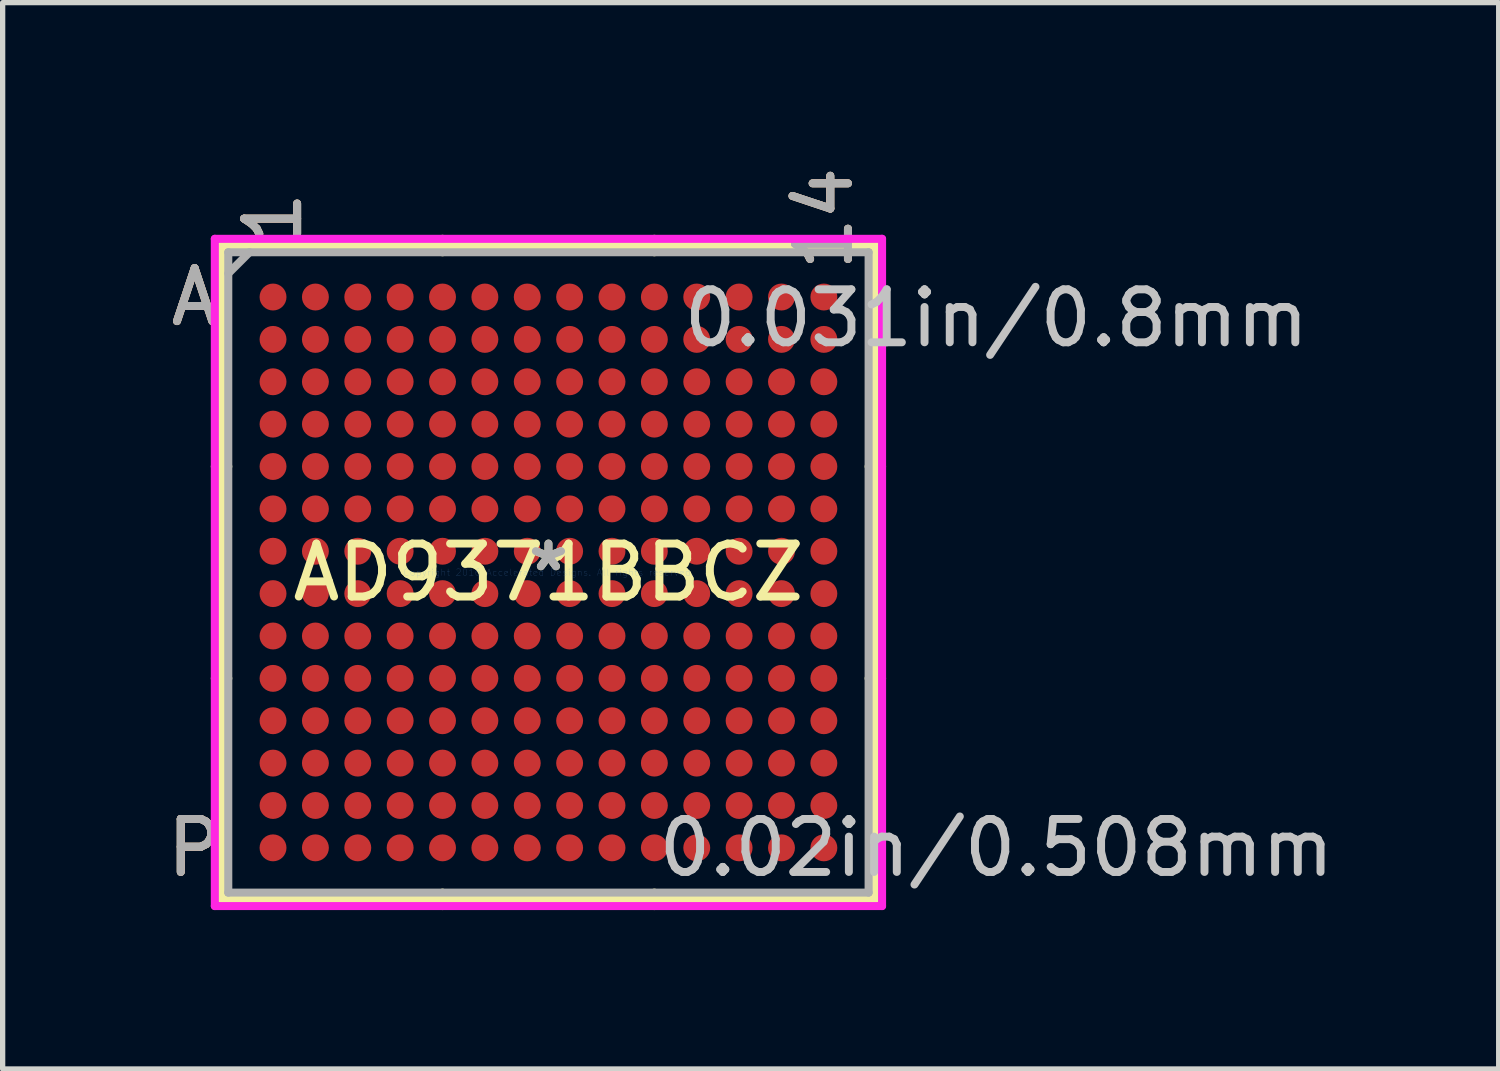
<source format=kicad_pcb>
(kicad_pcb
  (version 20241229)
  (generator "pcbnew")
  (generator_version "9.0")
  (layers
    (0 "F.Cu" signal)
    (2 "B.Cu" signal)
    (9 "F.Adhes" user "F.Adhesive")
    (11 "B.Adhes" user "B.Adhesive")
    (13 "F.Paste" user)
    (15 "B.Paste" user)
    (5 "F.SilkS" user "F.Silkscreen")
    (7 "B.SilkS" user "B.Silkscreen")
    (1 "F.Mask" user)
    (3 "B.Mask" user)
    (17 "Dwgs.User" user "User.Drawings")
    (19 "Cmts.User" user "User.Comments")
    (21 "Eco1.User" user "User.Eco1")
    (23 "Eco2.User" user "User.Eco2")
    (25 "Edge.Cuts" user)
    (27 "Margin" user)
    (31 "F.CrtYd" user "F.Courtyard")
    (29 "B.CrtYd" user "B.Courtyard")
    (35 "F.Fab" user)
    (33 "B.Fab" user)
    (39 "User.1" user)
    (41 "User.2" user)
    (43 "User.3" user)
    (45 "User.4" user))
  (footprint "AD9371BBCZ"
    (layer "F.Cu")
    (at 7.305 7.758)
    (property "Reference" "AD9371BBCZ" (at 0 0 0) (layer "F.SilkS") (effects (font (size 1 1) (thickness 0.15))))
    (attr through_hole)
    (fp_line (start -6.172 -6.172) (end -6.172 6.172) (stroke (width 0.152) (type solid)) (layer "F.SilkS"))
    (fp_line (start -6.172 6.172) (end 6.172 6.172) (stroke (width 0.152) (type solid)) (layer "F.SilkS"))
    (fp_line (start -6.045 -2) (end -6.299 -2) (stroke (width 0.152) (type solid)) (layer "F.SilkS"))
    (fp_line (start -6.045 2) (end -6.299 2) (stroke (width 0.152) (type solid)) (layer "F.SilkS"))
    (fp_line (start -2 -6.045) (end -2 -6.299) (stroke (width 0.152) (type solid)) (layer "F.SilkS"))
    (fp_line (start -2 6.045) (end -2 6.299) (stroke (width 0.152) (type solid)) (layer "F.SilkS"))
    (fp_line (start 2 -6.045) (end 2 -6.299) (stroke (width 0.152) (type solid)) (layer "F.SilkS"))
    (fp_line (start 2 6.045) (end 2 6.299) (stroke (width 0.152) (type solid)) (layer "F.SilkS"))
    (fp_line (start 6.045 -2) (end 6.299 -2) (stroke (width 0.152) (type solid)) (layer "F.SilkS"))
    (fp_line (start 6.045 2) (end 6.299 2) (stroke (width 0.152) (type solid)) (layer "F.SilkS"))
    (fp_line (start 6.172 -6.172) (end -6.172 -6.172) (stroke (width 0.152) (type solid)) (layer "F.SilkS"))
    (fp_line (start 6.172 6.172) (end 6.172 -6.172) (stroke (width 0.152) (type solid)) (layer "F.SilkS"))
    (fp_line (start -6.299 -6.299) (end 6.299 -6.299) (stroke (width 0.152) (type solid)) (layer "F.CrtYd"))
    (fp_line (start -6.299 6.299) (end -6.299 -6.299) (stroke (width 0.152) (type solid)) (layer "F.CrtYd"))
    (fp_line (start 6.299 -6.299) (end 6.299 6.299) (stroke (width 0.152) (type solid)) (layer "F.CrtYd"))
    (fp_line (start 6.299 6.299) (end -6.299 6.299) (stroke (width 0.152) (type solid)) (layer "F.CrtYd"))
    (fp_line (start -6.045 -6.045) (end -6.045 6.045) (stroke (width 0.152) (type solid)) (layer "F.Fab"))
    (fp_line (start -6.045 6.045) (end 6.045 6.045) (stroke (width 0.152) (type solid)) (layer "F.Fab"))
    (fp_line (start -5.645 -6.045) (end -6.045 -5.645) (stroke (width 0.152) (type solid)) (layer "F.Fab"))
    (fp_line (start 6.045 -6.045) (end -6.045 -6.045) (stroke (width 0.152) (type solid)) (layer "F.Fab"))
    (fp_line (start 6.045 6.045) (end 6.045 -6.045) (stroke (width 0.152) (type solid)) (layer "F.Fab"))
    (fp_text user "*" (at 0 0 0) (layer "F.SilkS") (effects (font (size 1 1) (thickness 0.15))))
    (fp_text user "1" (at -5.2 -6.68 90) (layer "F.SilkS") (effects (font (size 1 1) (thickness 0.15))))
    (fp_text user "P" (at -6.68 5.2 0) (layer "F.SilkS") (effects (font (size 1 1) (thickness 0.15))))
    (fp_text user "A" (at -6.68 -5.2 0) (layer "F.SilkS") (effects (font (size 1 1) (thickness 0.15))))
    (fp_text user "14" (at 5.2 -6.68 90) (layer "F.SilkS") (effects (font (size 1 1) (thickness 0.15))))
    (fp_text user "14" (at 5.2 -6.68 90) (layer "B.SilkS") (effects (font (size 1 1) (thickness 0.15))))
    (fp_text user "P" (at -6.68 5.2 0) (layer "B.SilkS") (effects (font (size 1 1) (thickness 0.15))))
    (fp_text user "1" (at -5.2 -6.68 90) (layer "B.SilkS") (effects (font (size 1 1) (thickness 0.15))))
    (fp_text user "A" (at -6.68 -5.2 0) (layer "B.SilkS") (effects (font (size 1 1) (thickness 0.15))))
    (fp_text user "0.031in/0.8mm" (at 8.458 -4.8 0) (layer "Dwgs.User") (effects (font (size 1 1) (thickness 0.15))))
    (fp_text user "0.02in/0.508mm" (at 8.458 5.2 0) (layer "Dwgs.User") (effects (font (size 1 1) (thickness 0.15))))
    (fp_text user "Copyright 2016 Accelerated Designs. All rights reserved." (at 0 0 0) (layer "Cmts.User") (effects (font (size 0.127 0.127) (thickness 0.002))))
    (fp_text user "A" (at -6.68 -5.2 0) (layer "F.Fab") (effects (font (size 1 1) (thickness 0.15))))
    (fp_text user "P" (at -6.68 5.2 0) (layer "F.Fab") (effects (font (size 1 1) (thickness 0.15))))
    (fp_text user "14" (at 5.2 -6.68 90) (layer "F.Fab") (effects (font (size 1 1) (thickness 0.15))))
    (fp_text user "*" (at 0 0 0) (layer "F.Fab") (effects (font (size 1 1) (thickness 0.15))))
    (fp_text user "1" (at -5.2 -6.68 90) (layer "F.Fab") (effects (font (size 1 1) (thickness 0.15))))
    (pad "A1" smd circle (at -5.2 -5.2) (size 0.508 0.508) (layers "F.Cu" "F.Mask" "F.Paste"))
    (pad "A2" smd circle (at -4.4 -5.2) (size 0.508 0.508) (layers "F.Cu" "F.Mask" "F.Paste"))
    (pad "A3" smd circle (at -3.6 -5.2) (size 0.508 0.508) (layers "F.Cu" "F.Mask" "F.Paste"))
    (pad "A4" smd circle (at -2.8 -5.2) (size 0.508 0.508) (layers "F.Cu" "F.Mask" "F.Paste"))
    (pad "A5" smd circle (at -2 -5.2) (size 0.508 0.508) (layers "F.Cu" "F.Mask" "F.Paste"))
    (pad "A6" smd circle (at -1.2 -5.2) (size 0.508 0.508) (layers "F.Cu" "F.Mask" "F.Paste"))
    (pad "A7" smd circle (at -0.4 -5.2) (size 0.508 0.508) (layers "F.Cu" "F.Mask" "F.Paste"))
    (pad "A8" smd circle (at 0.4 -5.2) (size 0.508 0.508) (layers "F.Cu" "F.Mask" "F.Paste"))
    (pad "A9" smd circle (at 1.2 -5.2) (size 0.508 0.508) (layers "F.Cu" "F.Mask" "F.Paste"))
    (pad "A10" smd circle (at 2 -5.2) (size 0.508 0.508) (layers "F.Cu" "F.Mask" "F.Paste"))
    (pad "A11" smd circle (at 2.8 -5.2) (size 0.508 0.508) (layers "F.Cu" "F.Mask" "F.Paste"))
    (pad "A12" smd circle (at 3.6 -5.2) (size 0.508 0.508) (layers "F.Cu" "F.Mask" "F.Paste"))
    (pad "A13" smd circle (at 4.4 -5.2) (size 0.508 0.508) (layers "F.Cu" "F.Mask" "F.Paste"))
    (pad "A14" smd circle (at 5.2 -5.2) (size 0.508 0.508) (layers "F.Cu" "F.Mask" "F.Paste"))
    (pad "B1" smd circle (at -5.2 -4.4) (size 0.508 0.508) (layers "F.Cu" "F.Mask" "F.Paste"))
    (pad "B2" smd circle (at -4.4 -4.4) (size 0.508 0.508) (layers "F.Cu" "F.Mask" "F.Paste"))
    (pad "B3" smd circle (at -3.6 -4.4) (size 0.508 0.508) (layers "F.Cu" "F.Mask" "F.Paste"))
    (pad "B4" smd circle (at -2.8 -4.4) (size 0.508 0.508) (layers "F.Cu" "F.Mask" "F.Paste"))
    (pad "B5" smd circle (at -2 -4.4) (size 0.508 0.508) (layers "F.Cu" "F.Mask" "F.Paste"))
    (pad "B6" smd circle (at -1.2 -4.4) (size 0.508 0.508) (layers "F.Cu" "F.Mask" "F.Paste"))
    (pad "B7" smd circle (at -0.4 -4.4) (size 0.508 0.508) (layers "F.Cu" "F.Mask" "F.Paste"))
    (pad "B8" smd circle (at 0.4 -4.4) (size 0.508 0.508) (layers "F.Cu" "F.Mask" "F.Paste"))
    (pad "B9" smd circle (at 1.2 -4.4) (size 0.508 0.508) (layers "F.Cu" "F.Mask" "F.Paste"))
    (pad "B10" smd circle (at 2 -4.4) (size 0.508 0.508) (layers "F.Cu" "F.Mask" "F.Paste"))
    (pad "B11" smd circle (at 2.8 -4.4) (size 0.508 0.508) (layers "F.Cu" "F.Mask" "F.Paste"))
    (pad "B12" smd circle (at 3.6 -4.4) (size 0.508 0.508) (layers "F.Cu" "F.Mask" "F.Paste"))
    (pad "B13" smd circle (at 4.4 -4.4) (size 0.508 0.508) (layers "F.Cu" "F.Mask" "F.Paste"))
    (pad "B14" smd circle (at 5.2 -4.4) (size 0.508 0.508) (layers "F.Cu" "F.Mask" "F.Paste"))
    (pad "C1" smd circle (at -5.2 -3.6) (size 0.508 0.508) (layers "F.Cu" "F.Mask" "F.Paste"))
    (pad "C2" smd circle (at -4.4 -3.6) (size 0.508 0.508) (layers "F.Cu" "F.Mask" "F.Paste"))
    (pad "C3" smd circle (at -3.6 -3.6) (size 0.508 0.508) (layers "F.Cu" "F.Mask" "F.Paste"))
    (pad "C4" smd circle (at -2.8 -3.6) (size 0.508 0.508) (layers "F.Cu" "F.Mask" "F.Paste"))
    (pad "C5" smd circle (at -2 -3.6) (size 0.508 0.508) (layers "F.Cu" "F.Mask" "F.Paste"))
    (pad "C6" smd circle (at -1.2 -3.6) (size 0.508 0.508) (layers "F.Cu" "F.Mask" "F.Paste"))
    (pad "C7" smd circle (at -0.4 -3.6) (size 0.508 0.508) (layers "F.Cu" "F.Mask" "F.Paste"))
    (pad "C8" smd circle (at 0.4 -3.6) (size 0.508 0.508) (layers "F.Cu" "F.Mask" "F.Paste"))
    (pad "C9" smd circle (at 1.2 -3.6) (size 0.508 0.508) (layers "F.Cu" "F.Mask" "F.Paste"))
    (pad "C10" smd circle (at 2 -3.6) (size 0.508 0.508) (layers "F.Cu" "F.Mask" "F.Paste"))
    (pad "C11" smd circle (at 2.8 -3.6) (size 0.508 0.508) (layers "F.Cu" "F.Mask" "F.Paste"))
    (pad "C12" smd circle (at 3.6 -3.6) (size 0.508 0.508) (layers "F.Cu" "F.Mask" "F.Paste"))
    (pad "C13" smd circle (at 4.4 -3.6) (size 0.508 0.508) (layers "F.Cu" "F.Mask" "F.Paste"))
    (pad "C14" smd circle (at 5.2 -3.6) (size 0.508 0.508) (layers "F.Cu" "F.Mask" "F.Paste"))
    (pad "D1" smd circle (at -5.2 -2.8) (size 0.508 0.508) (layers "F.Cu" "F.Mask" "F.Paste"))
    (pad "D2" smd circle (at -4.4 -2.8) (size 0.508 0.508) (layers "F.Cu" "F.Mask" "F.Paste"))
    (pad "D3" smd circle (at -3.6 -2.8) (size 0.508 0.508) (layers "F.Cu" "F.Mask" "F.Paste"))
    (pad "D4" smd circle (at -2.8 -2.8) (size 0.508 0.508) (layers "F.Cu" "F.Mask" "F.Paste"))
    (pad "D5" smd circle (at -2 -2.8) (size 0.508 0.508) (layers "F.Cu" "F.Mask" "F.Paste"))
    (pad "D6" smd circle (at -1.2 -2.8) (size 0.508 0.508) (layers "F.Cu" "F.Mask" "F.Paste"))
    (pad "D7" smd circle (at -0.4 -2.8) (size 0.508 0.508) (layers "F.Cu" "F.Mask" "F.Paste"))
    (pad "D8" smd circle (at 0.4 -2.8) (size 0.508 0.508) (layers "F.Cu" "F.Mask" "F.Paste"))
    (pad "D9" smd circle (at 1.2 -2.8) (size 0.508 0.508) (layers "F.Cu" "F.Mask" "F.Paste"))
    (pad "D10" smd circle (at 2 -2.8) (size 0.508 0.508) (layers "F.Cu" "F.Mask" "F.Paste"))
    (pad "D11" smd circle (at 2.8 -2.8) (size 0.508 0.508) (layers "F.Cu" "F.Mask" "F.Paste"))
    (pad "D12" smd circle (at 3.6 -2.8) (size 0.508 0.508) (layers "F.Cu" "F.Mask" "F.Paste"))
    (pad "D13" smd circle (at 4.4 -2.8) (size 0.508 0.508) (layers "F.Cu" "F.Mask" "F.Paste"))
    (pad "D14" smd circle (at 5.2 -2.8) (size 0.508 0.508) (layers "F.Cu" "F.Mask" "F.Paste"))
    (pad "E1" smd circle (at -5.2 -2) (size 0.508 0.508) (layers "F.Cu" "F.Mask" "F.Paste"))
    (pad "E2" smd circle (at -4.4 -2) (size 0.508 0.508) (layers "F.Cu" "F.Mask" "F.Paste"))
    (pad "E3" smd circle (at -3.6 -2) (size 0.508 0.508) (layers "F.Cu" "F.Mask" "F.Paste"))
    (pad "E4" smd circle (at -2.8 -2) (size 0.508 0.508) (layers "F.Cu" "F.Mask" "F.Paste"))
    (pad "E5" smd circle (at -2 -2) (size 0.508 0.508) (layers "F.Cu" "F.Mask" "F.Paste"))
    (pad "E6" smd circle (at -1.2 -2) (size 0.508 0.508) (layers "F.Cu" "F.Mask" "F.Paste"))
    (pad "E7" smd circle (at -0.4 -2) (size 0.508 0.508) (layers "F.Cu" "F.Mask" "F.Paste"))
    (pad "E8" smd circle (at 0.4 -2) (size 0.508 0.508) (layers "F.Cu" "F.Mask" "F.Paste"))
    (pad "E9" smd circle (at 1.2 -2) (size 0.508 0.508) (layers "F.Cu" "F.Mask" "F.Paste"))
    (pad "E10" smd circle (at 2 -2) (size 0.508 0.508) (layers "F.Cu" "F.Mask" "F.Paste"))
    (pad "E11" smd circle (at 2.8 -2) (size 0.508 0.508) (layers "F.Cu" "F.Mask" "F.Paste"))
    (pad "E12" smd circle (at 3.6 -2) (size 0.508 0.508) (layers "F.Cu" "F.Mask" "F.Paste"))
    (pad "E13" smd circle (at 4.4 -2) (size 0.508 0.508) (layers "F.Cu" "F.Mask" "F.Paste"))
    (pad "E14" smd circle (at 5.2 -2) (size 0.508 0.508) (layers "F.Cu" "F.Mask" "F.Paste"))
    (pad "F1" smd circle (at -5.2 -1.2) (size 0.508 0.508) (layers "F.Cu" "F.Mask" "F.Paste"))
    (pad "F2" smd circle (at -4.4 -1.2) (size 0.508 0.508) (layers "F.Cu" "F.Mask" "F.Paste"))
    (pad "F3" smd circle (at -3.6 -1.2) (size 0.508 0.508) (layers "F.Cu" "F.Mask" "F.Paste"))
    (pad "F4" smd circle (at -2.8 -1.2) (size 0.508 0.508) (layers "F.Cu" "F.Mask" "F.Paste"))
    (pad "F5" smd circle (at -2 -1.2) (size 0.508 0.508) (layers "F.Cu" "F.Mask" "F.Paste"))
    (pad "F6" smd circle (at -1.2 -1.2) (size 0.508 0.508) (layers "F.Cu" "F.Mask" "F.Paste"))
    (pad "F7" smd circle (at -0.4 -1.2) (size 0.508 0.508) (layers "F.Cu" "F.Mask" "F.Paste"))
    (pad "F8" smd circle (at 0.4 -1.2) (size 0.508 0.508) (layers "F.Cu" "F.Mask" "F.Paste"))
    (pad "F9" smd circle (at 1.2 -1.2) (size 0.508 0.508) (layers "F.Cu" "F.Mask" "F.Paste"))
    (pad "F10" smd circle (at 2 -1.2) (size 0.508 0.508) (layers "F.Cu" "F.Mask" "F.Paste"))
    (pad "F11" smd circle (at 2.8 -1.2) (size 0.508 0.508) (layers "F.Cu" "F.Mask" "F.Paste"))
    (pad "F12" smd circle (at 3.6 -1.2) (size 0.508 0.508) (layers "F.Cu" "F.Mask" "F.Paste"))
    (pad "F13" smd circle (at 4.4 -1.2) (size 0.508 0.508) (layers "F.Cu" "F.Mask" "F.Paste"))
    (pad "F14" smd circle (at 5.2 -1.2) (size 0.508 0.508) (layers "F.Cu" "F.Mask" "F.Paste"))
    (pad "G1" smd circle (at -5.2 -0.4) (size 0.508 0.508) (layers "F.Cu" "F.Mask" "F.Paste"))
    (pad "G2" smd circle (at -4.4 -0.4) (size 0.508 0.508) (layers "F.Cu" "F.Mask" "F.Paste"))
    (pad "G3" smd circle (at -3.6 -0.4) (size 0.508 0.508) (layers "F.Cu" "F.Mask" "F.Paste"))
    (pad "G4" smd circle (at -2.8 -0.4) (size 0.508 0.508) (layers "F.Cu" "F.Mask" "F.Paste"))
    (pad "G5" smd circle (at -2 -0.4) (size 0.508 0.508) (layers "F.Cu" "F.Mask" "F.Paste"))
    (pad "G6" smd circle (at -1.2 -0.4) (size 0.508 0.508) (layers "F.Cu" "F.Mask" "F.Paste"))
    (pad "G7" smd circle (at -0.4 -0.4) (size 0.508 0.508) (layers "F.Cu" "F.Mask" "F.Paste"))
    (pad "G8" smd circle (at 0.4 -0.4) (size 0.508 0.508) (layers "F.Cu" "F.Mask" "F.Paste"))
    (pad "G9" smd circle (at 1.2 -0.4) (size 0.508 0.508) (layers "F.Cu" "F.Mask" "F.Paste"))
    (pad "G10" smd circle (at 2 -0.4) (size 0.508 0.508) (layers "F.Cu" "F.Mask" "F.Paste"))
    (pad "G11" smd circle (at 2.8 -0.4) (size 0.508 0.508) (layers "F.Cu" "F.Mask" "F.Paste"))
    (pad "G12" smd circle (at 3.6 -0.4) (size 0.508 0.508) (layers "F.Cu" "F.Mask" "F.Paste"))
    (pad "G13" smd circle (at 4.4 -0.4) (size 0.508 0.508) (layers "F.Cu" "F.Mask" "F.Paste"))
    (pad "G14" smd circle (at 5.2 -0.4) (size 0.508 0.508) (layers "F.Cu" "F.Mask" "F.Paste"))
    (pad "H1" smd circle (at -5.2 0.4) (size 0.508 0.508) (layers "F.Cu" "F.Mask" "F.Paste"))
    (pad "H2" smd circle (at -4.4 0.4) (size 0.508 0.508) (layers "F.Cu" "F.Mask" "F.Paste"))
    (pad "H3" smd circle (at -3.6 0.4) (size 0.508 0.508) (layers "F.Cu" "F.Mask" "F.Paste"))
    (pad "H4" smd circle (at -2.8 0.4) (size 0.508 0.508) (layers "F.Cu" "F.Mask" "F.Paste"))
    (pad "H5" smd circle (at -2 0.4) (size 0.508 0.508) (layers "F.Cu" "F.Mask" "F.Paste"))
    (pad "H6" smd circle (at -1.2 0.4) (size 0.508 0.508) (layers "F.Cu" "F.Mask" "F.Paste"))
    (pad "H7" smd circle (at -0.4 0.4) (size 0.508 0.508) (layers "F.Cu" "F.Mask" "F.Paste"))
    (pad "H8" smd circle (at 0.4 0.4) (size 0.508 0.508) (layers "F.Cu" "F.Mask" "F.Paste"))
    (pad "H9" smd circle (at 1.2 0.4) (size 0.508 0.508) (layers "F.Cu" "F.Mask" "F.Paste"))
    (pad "H10" smd circle (at 2 0.4) (size 0.508 0.508) (layers "F.Cu" "F.Mask" "F.Paste"))
    (pad "H11" smd circle (at 2.8 0.4) (size 0.508 0.508) (layers "F.Cu" "F.Mask" "F.Paste"))
    (pad "H12" smd circle (at 3.6 0.4) (size 0.508 0.508) (layers "F.Cu" "F.Mask" "F.Paste"))
    (pad "H13" smd circle (at 4.4 0.4) (size 0.508 0.508) (layers "F.Cu" "F.Mask" "F.Paste"))
    (pad "H14" smd circle (at 5.2 0.4) (size 0.508 0.508) (layers "F.Cu" "F.Mask" "F.Paste"))
    (pad "J1" smd circle (at -5.2 1.2) (size 0.508 0.508) (layers "F.Cu" "F.Mask" "F.Paste"))
    (pad "J2" smd circle (at -4.4 1.2) (size 0.508 0.508) (layers "F.Cu" "F.Mask" "F.Paste"))
    (pad "J3" smd circle (at -3.6 1.2) (size 0.508 0.508) (layers "F.Cu" "F.Mask" "F.Paste"))
    (pad "J4" smd circle (at -2.8 1.2) (size 0.508 0.508) (layers "F.Cu" "F.Mask" "F.Paste"))
    (pad "J5" smd circle (at -2 1.2) (size 0.508 0.508) (layers "F.Cu" "F.Mask" "F.Paste"))
    (pad "J6" smd circle (at -1.2 1.2) (size 0.508 0.508) (layers "F.Cu" "F.Mask" "F.Paste"))
    (pad "J7" smd circle (at -0.4 1.2) (size 0.508 0.508) (layers "F.Cu" "F.Mask" "F.Paste"))
    (pad "J8" smd circle (at 0.4 1.2) (size 0.508 0.508) (layers "F.Cu" "F.Mask" "F.Paste"))
    (pad "J9" smd circle (at 1.2 1.2) (size 0.508 0.508) (layers "F.Cu" "F.Mask" "F.Paste"))
    (pad "J10" smd circle (at 2 1.2) (size 0.508 0.508) (layers "F.Cu" "F.Mask" "F.Paste"))
    (pad "J11" smd circle (at 2.8 1.2) (size 0.508 0.508) (layers "F.Cu" "F.Mask" "F.Paste"))
    (pad "J12" smd circle (at 3.6 1.2) (size 0.508 0.508) (layers "F.Cu" "F.Mask" "F.Paste"))
    (pad "J13" smd circle (at 4.4 1.2) (size 0.508 0.508) (layers "F.Cu" "F.Mask" "F.Paste"))
    (pad "J14" smd circle (at 5.2 1.2) (size 0.508 0.508) (layers "F.Cu" "F.Mask" "F.Paste"))
    (pad "K1" smd circle (at -5.2 2) (size 0.508 0.508) (layers "F.Cu" "F.Mask" "F.Paste"))
    (pad "K2" smd circle (at -4.4 2) (size 0.508 0.508) (layers "F.Cu" "F.Mask" "F.Paste"))
    (pad "K3" smd circle (at -3.6 2) (size 0.508 0.508) (layers "F.Cu" "F.Mask" "F.Paste"))
    (pad "K4" smd circle (at -2.8 2) (size 0.508 0.508) (layers "F.Cu" "F.Mask" "F.Paste"))
    (pad "K5" smd circle (at -2 2) (size 0.508 0.508) (layers "F.Cu" "F.Mask" "F.Paste"))
    (pad "K6" smd circle (at -1.2 2) (size 0.508 0.508) (layers "F.Cu" "F.Mask" "F.Paste"))
    (pad "K7" smd circle (at -0.4 2) (size 0.508 0.508) (layers "F.Cu" "F.Mask" "F.Paste"))
    (pad "K8" smd circle (at 0.4 2) (size 0.508 0.508) (layers "F.Cu" "F.Mask" "F.Paste"))
    (pad "K9" smd circle (at 1.2 2) (size 0.508 0.508) (layers "F.Cu" "F.Mask" "F.Paste"))
    (pad "K10" smd circle (at 2 2) (size 0.508 0.508) (layers "F.Cu" "F.Mask" "F.Paste"))
    (pad "K11" smd circle (at 2.8 2) (size 0.508 0.508) (layers "F.Cu" "F.Mask" "F.Paste"))
    (pad "K12" smd circle (at 3.6 2) (size 0.508 0.508) (layers "F.Cu" "F.Mask" "F.Paste"))
    (pad "K13" smd circle (at 4.4 2) (size 0.508 0.508) (layers "F.Cu" "F.Mask" "F.Paste"))
    (pad "K14" smd circle (at 5.2 2) (size 0.508 0.508) (layers "F.Cu" "F.Mask" "F.Paste"))
    (pad "L1" smd circle (at -5.2 2.8) (size 0.508 0.508) (layers "F.Cu" "F.Mask" "F.Paste"))
    (pad "L2" smd circle (at -4.4 2.8) (size 0.508 0.508) (layers "F.Cu" "F.Mask" "F.Paste"))
    (pad "L3" smd circle (at -3.6 2.8) (size 0.508 0.508) (layers "F.Cu" "F.Mask" "F.Paste"))
    (pad "L4" smd circle (at -2.8 2.8) (size 0.508 0.508) (layers "F.Cu" "F.Mask" "F.Paste"))
    (pad "L5" smd circle (at -2 2.8) (size 0.508 0.508) (layers "F.Cu" "F.Mask" "F.Paste"))
    (pad "L6" smd circle (at -1.2 2.8) (size 0.508 0.508) (layers "F.Cu" "F.Mask" "F.Paste"))
    (pad "L7" smd circle (at -0.4 2.8) (size 0.508 0.508) (layers "F.Cu" "F.Mask" "F.Paste"))
    (pad "L8" smd circle (at 0.4 2.8) (size 0.508 0.508) (layers "F.Cu" "F.Mask" "F.Paste"))
    (pad "L9" smd circle (at 1.2 2.8) (size 0.508 0.508) (layers "F.Cu" "F.Mask" "F.Paste"))
    (pad "L10" smd circle (at 2 2.8) (size 0.508 0.508) (layers "F.Cu" "F.Mask" "F.Paste"))
    (pad "L11" smd circle (at 2.8 2.8) (size 0.508 0.508) (layers "F.Cu" "F.Mask" "F.Paste"))
    (pad "L12" smd circle (at 3.6 2.8) (size 0.508 0.508) (layers "F.Cu" "F.Mask" "F.Paste"))
    (pad "L13" smd circle (at 4.4 2.8) (size 0.508 0.508) (layers "F.Cu" "F.Mask" "F.Paste"))
    (pad "L14" smd circle (at 5.2 2.8) (size 0.508 0.508) (layers "F.Cu" "F.Mask" "F.Paste"))
    (pad "M1" smd circle (at -5.2 3.6) (size 0.508 0.508) (layers "F.Cu" "F.Mask" "F.Paste"))
    (pad "M2" smd circle (at -4.4 3.6) (size 0.508 0.508) (layers "F.Cu" "F.Mask" "F.Paste"))
    (pad "M3" smd circle (at -3.6 3.6) (size 0.508 0.508) (layers "F.Cu" "F.Mask" "F.Paste"))
    (pad "M4" smd circle (at -2.8 3.6) (size 0.508 0.508) (layers "F.Cu" "F.Mask" "F.Paste"))
    (pad "M5" smd circle (at -2 3.6) (size 0.508 0.508) (layers "F.Cu" "F.Mask" "F.Paste"))
    (pad "M6" smd circle (at -1.2 3.6) (size 0.508 0.508) (layers "F.Cu" "F.Mask" "F.Paste"))
    (pad "M7" smd circle (at -0.4 3.6) (size 0.508 0.508) (layers "F.Cu" "F.Mask" "F.Paste"))
    (pad "M8" smd circle (at 0.4 3.6) (size 0.508 0.508) (layers "F.Cu" "F.Mask" "F.Paste"))
    (pad "M9" smd circle (at 1.2 3.6) (size 0.508 0.508) (layers "F.Cu" "F.Mask" "F.Paste"))
    (pad "M10" smd circle (at 2 3.6) (size 0.508 0.508) (layers "F.Cu" "F.Mask" "F.Paste"))
    (pad "M11" smd circle (at 2.8 3.6) (size 0.508 0.508) (layers "F.Cu" "F.Mask" "F.Paste"))
    (pad "M12" smd circle (at 3.6 3.6) (size 0.508 0.508) (layers "F.Cu" "F.Mask" "F.Paste"))
    (pad "M13" smd circle (at 4.4 3.6) (size 0.508 0.508) (layers "F.Cu" "F.Mask" "F.Paste"))
    (pad "M14" smd circle (at 5.2 3.6) (size 0.508 0.508) (layers "F.Cu" "F.Mask" "F.Paste"))
    (pad "N1" smd circle (at -5.2 4.4) (size 0.508 0.508) (layers "F.Cu" "F.Mask" "F.Paste"))
    (pad "N2" smd circle (at -4.4 4.4) (size 0.508 0.508) (layers "F.Cu" "F.Mask" "F.Paste"))
    (pad "N3" smd circle (at -3.6 4.4) (size 0.508 0.508) (layers "F.Cu" "F.Mask" "F.Paste"))
    (pad "N4" smd circle (at -2.8 4.4) (size 0.508 0.508) (layers "F.Cu" "F.Mask" "F.Paste"))
    (pad "N5" smd circle (at -2 4.4) (size 0.508 0.508) (layers "F.Cu" "F.Mask" "F.Paste"))
    (pad "N6" smd circle (at -1.2 4.4) (size 0.508 0.508) (layers "F.Cu" "F.Mask" "F.Paste"))
    (pad "N7" smd circle (at -0.4 4.4) (size 0.508 0.508) (layers "F.Cu" "F.Mask" "F.Paste"))
    (pad "N8" smd circle (at 0.4 4.4) (size 0.508 0.508) (layers "F.Cu" "F.Mask" "F.Paste"))
    (pad "N9" smd circle (at 1.2 4.4) (size 0.508 0.508) (layers "F.Cu" "F.Mask" "F.Paste"))
    (pad "N10" smd circle (at 2 4.4) (size 0.508 0.508) (layers "F.Cu" "F.Mask" "F.Paste"))
    (pad "N11" smd circle (at 2.8 4.4) (size 0.508 0.508) (layers "F.Cu" "F.Mask" "F.Paste"))
    (pad "N12" smd circle (at 3.6 4.4) (size 0.508 0.508) (layers "F.Cu" "F.Mask" "F.Paste"))
    (pad "N13" smd circle (at 4.4 4.4) (size 0.508 0.508) (layers "F.Cu" "F.Mask" "F.Paste"))
    (pad "N14" smd circle (at 5.2 4.4) (size 0.508 0.508) (layers "F.Cu" "F.Mask" "F.Paste"))
    (pad "P1" smd circle (at -5.2 5.2) (size 0.508 0.508) (layers "F.Cu" "F.Mask" "F.Paste"))
    (pad "P2" smd circle (at -4.4 5.2) (size 0.508 0.508) (layers "F.Cu" "F.Mask" "F.Paste"))
    (pad "P3" smd circle (at -3.6 5.2) (size 0.508 0.508) (layers "F.Cu" "F.Mask" "F.Paste"))
    (pad "P4" smd circle (at -2.8 5.2) (size 0.508 0.508) (layers "F.Cu" "F.Mask" "F.Paste"))
    (pad "P5" smd circle (at -2 5.2) (size 0.508 0.508) (layers "F.Cu" "F.Mask" "F.Paste"))
    (pad "P6" smd circle (at -1.2 5.2) (size 0.508 0.508) (layers "F.Cu" "F.Mask" "F.Paste"))
    (pad "P7" smd circle (at -0.4 5.2) (size 0.508 0.508) (layers "F.Cu" "F.Mask" "F.Paste"))
    (pad "P8" smd circle (at 0.4 5.2) (size 0.508 0.508) (layers "F.Cu" "F.Mask" "F.Paste"))
    (pad "P9" smd circle (at 1.2 5.2) (size 0.508 0.508) (layers "F.Cu" "F.Mask" "F.Paste"))
    (pad "P10" smd circle (at 2 5.2) (size 0.508 0.508) (layers "F.Cu" "F.Mask" "F.Paste"))
    (pad "P11" smd circle (at 2.8 5.2) (size 0.508 0.508) (layers "F.Cu" "F.Mask" "F.Paste"))
    (pad "P12" smd circle (at 3.6 5.2) (size 0.508 0.508) (layers "F.Cu" "F.Mask" "F.Paste"))
    (pad "P13" smd circle (at 4.4 5.2) (size 0.508 0.508) (layers "F.Cu" "F.Mask" "F.Paste"))
    (pad "P14" smd circle (at 5.2 5.2) (size 0.508 0.508) (layers "F.Cu" "F.Mask" "F.Paste")))
  (gr_rect
    (start -3 -3)
    (end 25.246 17.133)
    (stroke (width 0.1) (type default))
    (fill no)
    (layer "Edge.Cuts")))
</source>
